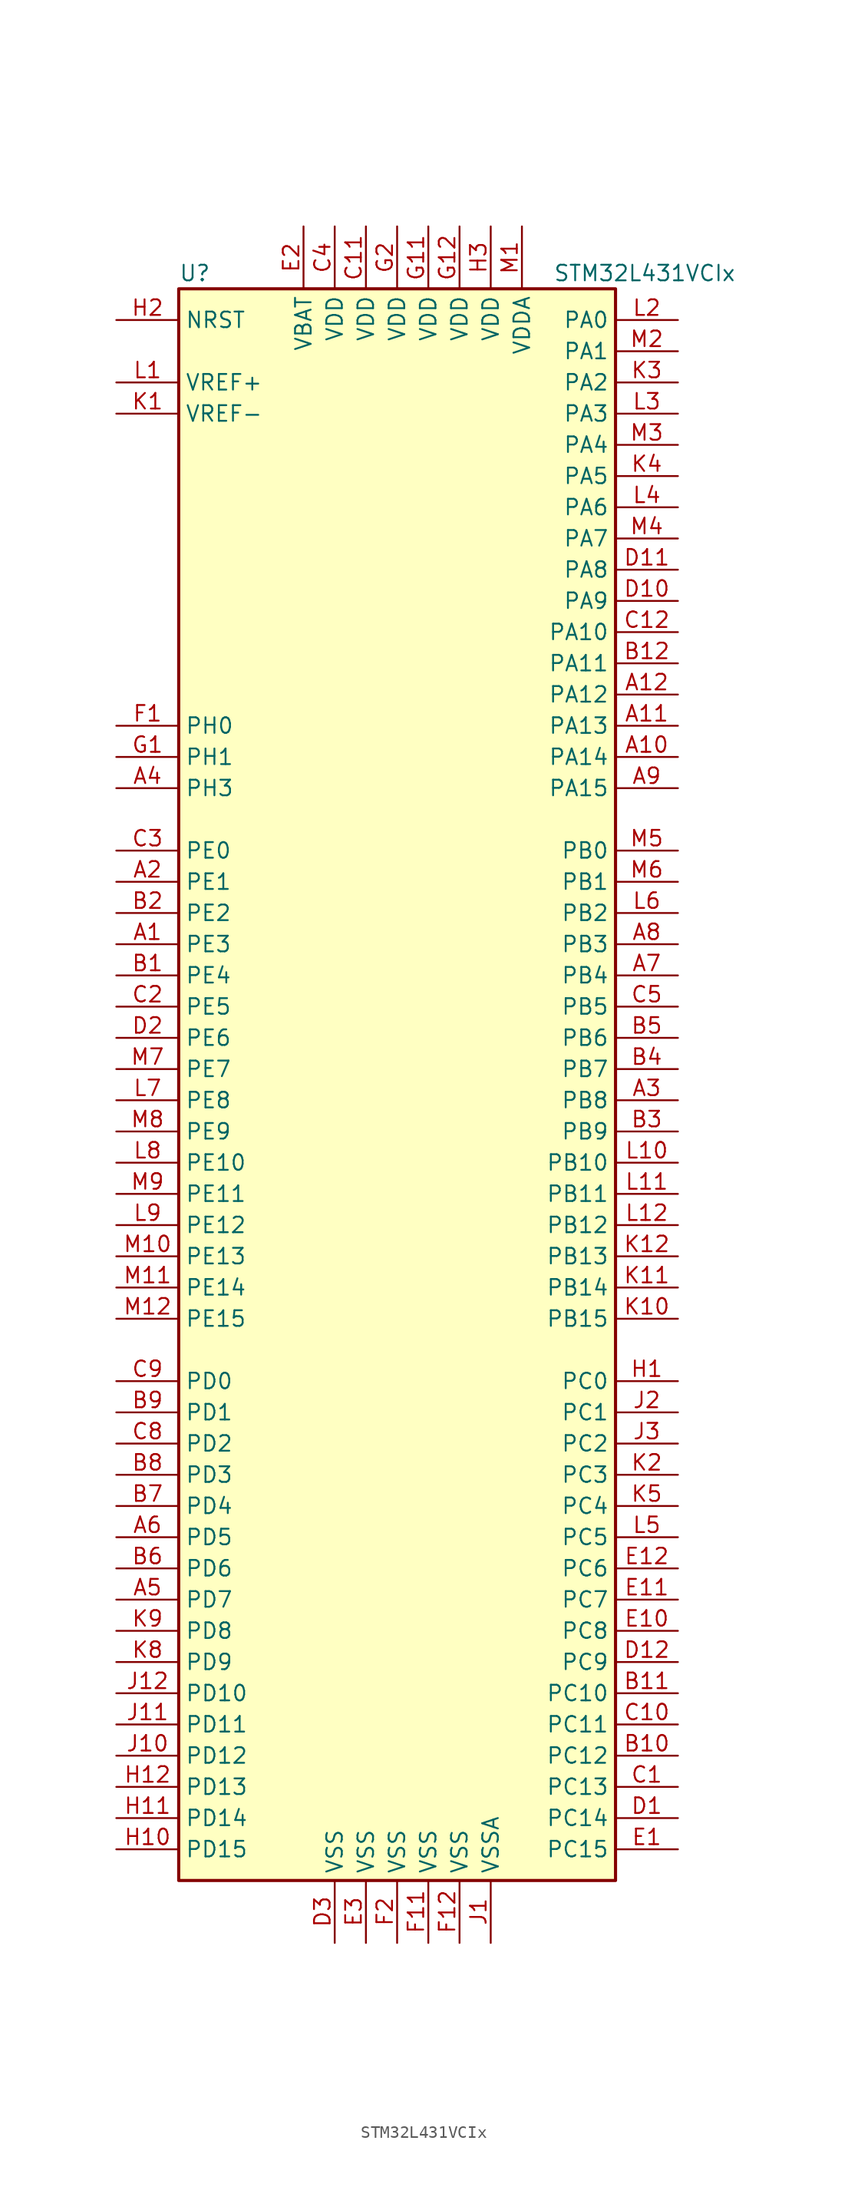
<source format=kicad_sym>
(kicad_symbol_lib
  (version 20201005)
  (generator kicad_symbol_editor)
  (symbol "MCU_ST_STM32L4:STM32L431VCIx"
    (property "Reference" "U"
      (at -17.78 64.77 0)
      (effects (font (size 1.27 1.27)) (justify left)))
    (property "Value" "STM32L431VCIx"
      (at 12.7 64.77 0)
      (effects (font (size 1.27 1.27)) (justify left)))
    (symbol "STM32L431VCIx_0_1"
      (rectangle (start -17.78 -66.04) (end 17.78 63.5) (stroke (width 0.254)) (fill (type background))))
    (symbol "STM32L431VCIx_1_1"
      (pin bidirectional line (at -22.86 10.16 0) (length 5.08) (name "PE3" (effects (font (size 1.27 1.27)))) (number "A1" (effects (font (size 1.27 1.27)))))
      (pin bidirectional line (at 22.86 25.4 180) (length 5.08) (name "PA14" (effects (font (size 1.27 1.27)))) (number "A10" (effects (font (size 1.27 1.27)))))
      (pin bidirectional line (at 22.86 27.94 180) (length 5.08) (name "PA13" (effects (font (size 1.27 1.27)))) (number "A11" (effects (font (size 1.27 1.27)))))
      (pin bidirectional line (at 22.86 30.48 180) (length 5.08) (name "PA12" (effects (font (size 1.27 1.27)))) (number "A12" (effects (font (size 1.27 1.27)))))
      (pin bidirectional line (at -22.86 15.24 0) (length 5.08) (name "PE1" (effects (font (size 1.27 1.27)))) (number "A2" (effects (font (size 1.27 1.27)))))
      (pin bidirectional line (at 22.86 -2.54 180) (length 5.08) (name "PB8" (effects (font (size 1.27 1.27)))) (number "A3" (effects (font (size 1.27 1.27)))))
      (pin bidirectional line (at -22.86 22.86 0) (length 5.08) (name "PH3" (effects (font (size 1.27 1.27)))) (number "A4" (effects (font (size 1.27 1.27)))))
      (pin bidirectional line (at -22.86 -43.18 0) (length 5.08) (name "PD7" (effects (font (size 1.27 1.27)))) (number "A5" (effects (font (size 1.27 1.27)))))
      (pin bidirectional line (at -22.86 -38.1 0) (length 5.08) (name "PD5" (effects (font (size 1.27 1.27)))) (number "A6" (effects (font (size 1.27 1.27)))))
      (pin bidirectional line (at 22.86 7.62 180) (length 5.08) (name "PB4" (effects (font (size 1.27 1.27)))) (number "A7" (effects (font (size 1.27 1.27)))))
      (pin bidirectional line (at 22.86 10.16 180) (length 5.08) (name "PB3" (effects (font (size 1.27 1.27)))) (number "A8" (effects (font (size 1.27 1.27)))))
      (pin bidirectional line (at 22.86 22.86 180) (length 5.08) (name "PA15" (effects (font (size 1.27 1.27)))) (number "A9" (effects (font (size 1.27 1.27)))))
      (pin bidirectional line (at -22.86 7.62 0) (length 5.08) (name "PE4" (effects (font (size 1.27 1.27)))) (number "B1" (effects (font (size 1.27 1.27)))))
      (pin bidirectional line (at 22.86 -55.88 180) (length 5.08) (name "PC12" (effects (font (size 1.27 1.27)))) (number "B10" (effects (font (size 1.27 1.27)))))
      (pin bidirectional line (at 22.86 -50.8 180) (length 5.08) (name "PC10" (effects (font (size 1.27 1.27)))) (number "B11" (effects (font (size 1.27 1.27)))))
      (pin bidirectional line (at 22.86 33.02 180) (length 5.08) (name "PA11" (effects (font (size 1.27 1.27)))) (number "B12" (effects (font (size 1.27 1.27)))))
      (pin bidirectional line (at -22.86 12.7 0) (length 5.08) (name "PE2" (effects (font (size 1.27 1.27)))) (number "B2" (effects (font (size 1.27 1.27)))))
      (pin bidirectional line (at 22.86 -5.08 180) (length 5.08) (name "PB9" (effects (font (size 1.27 1.27)))) (number "B3" (effects (font (size 1.27 1.27)))))
      (pin bidirectional line (at 22.86 0 180) (length 5.08) (name "PB7" (effects (font (size 1.27 1.27)))) (number "B4" (effects (font (size 1.27 1.27)))))
      (pin bidirectional line (at 22.86 2.54 180) (length 5.08) (name "PB6" (effects (font (size 1.27 1.27)))) (number "B5" (effects (font (size 1.27 1.27)))))
      (pin bidirectional line (at -22.86 -40.64 0) (length 5.08) (name "PD6" (effects (font (size 1.27 1.27)))) (number "B6" (effects (font (size 1.27 1.27)))))
      (pin bidirectional line (at -22.86 -35.56 0) (length 5.08) (name "PD4" (effects (font (size 1.27 1.27)))) (number "B7" (effects (font (size 1.27 1.27)))))
      (pin bidirectional line (at -22.86 -33.02 0) (length 5.08) (name "PD3" (effects (font (size 1.27 1.27)))) (number "B8" (effects (font (size 1.27 1.27)))))
      (pin bidirectional line (at -22.86 -27.94 0) (length 5.08) (name "PD1" (effects (font (size 1.27 1.27)))) (number "B9" (effects (font (size 1.27 1.27)))))
      (pin bidirectional line (at 22.86 -58.42 180) (length 5.08) (name "PC13" (effects (font (size 1.27 1.27)))) (number "C1" (effects (font (size 1.27 1.27)))))
      (pin bidirectional line (at 22.86 -53.34 180) (length 5.08) (name "PC11" (effects (font (size 1.27 1.27)))) (number "C10" (effects (font (size 1.27 1.27)))))
      (pin power_in line (at -2.54 68.58 270) (length 5.08) (name "VDD" (effects (font (size 1.27 1.27)))) (number "C11" (effects (font (size 1.27 1.27)))))
      (pin bidirectional line (at 22.86 35.56 180) (length 5.08) (name "PA10" (effects (font (size 1.27 1.27)))) (number "C12" (effects (font (size 1.27 1.27)))))
      (pin bidirectional line (at -22.86 5.08 0) (length 5.08) (name "PE5" (effects (font (size 1.27 1.27)))) (number "C2" (effects (font (size 1.27 1.27)))))
      (pin bidirectional line (at -22.86 17.78 0) (length 5.08) (name "PE0" (effects (font (size 1.27 1.27)))) (number "C3" (effects (font (size 1.27 1.27)))))
      (pin power_in line (at -5.08 68.58 270) (length 5.08) (name "VDD" (effects (font (size 1.27 1.27)))) (number "C4" (effects (font (size 1.27 1.27)))))
      (pin bidirectional line (at 22.86 5.08 180) (length 5.08) (name "PB5" (effects (font (size 1.27 1.27)))) (number "C5" (effects (font (size 1.27 1.27)))))
      (pin bidirectional line (at -22.86 -30.48 0) (length 5.08) (name "PD2" (effects (font (size 1.27 1.27)))) (number "C8" (effects (font (size 1.27 1.27)))))
      (pin bidirectional line (at -22.86 -25.4 0) (length 5.08) (name "PD0" (effects (font (size 1.27 1.27)))) (number "C9" (effects (font (size 1.27 1.27)))))
      (pin bidirectional line (at 22.86 -60.96 180) (length 5.08) (name "PC14" (effects (font (size 1.27 1.27)))) (number "D1" (effects (font (size 1.27 1.27)))))
      (pin bidirectional line (at 22.86 38.1 180) (length 5.08) (name "PA9" (effects (font (size 1.27 1.27)))) (number "D10" (effects (font (size 1.27 1.27)))))
      (pin bidirectional line (at 22.86 40.64 180) (length 5.08) (name "PA8" (effects (font (size 1.27 1.27)))) (number "D11" (effects (font (size 1.27 1.27)))))
      (pin bidirectional line (at 22.86 -48.26 180) (length 5.08) (name "PC9" (effects (font (size 1.27 1.27)))) (number "D12" (effects (font (size 1.27 1.27)))))
      (pin bidirectional line (at -22.86 2.54 0) (length 5.08) (name "PE6" (effects (font (size 1.27 1.27)))) (number "D2" (effects (font (size 1.27 1.27)))))
      (pin power_in line (at -5.08 -71.12 90) (length 5.08) (name "VSS" (effects (font (size 1.27 1.27)))) (number "D3" (effects (font (size 1.27 1.27)))))
      (pin bidirectional line (at 22.86 -63.5 180) (length 5.08) (name "PC15" (effects (font (size 1.27 1.27)))) (number "E1" (effects (font (size 1.27 1.27)))))
      (pin bidirectional line (at 22.86 -45.72 180) (length 5.08) (name "PC8" (effects (font (size 1.27 1.27)))) (number "E10" (effects (font (size 1.27 1.27)))))
      (pin bidirectional line (at 22.86 -43.18 180) (length 5.08) (name "PC7" (effects (font (size 1.27 1.27)))) (number "E11" (effects (font (size 1.27 1.27)))))
      (pin bidirectional line (at 22.86 -40.64 180) (length 5.08) (name "PC6" (effects (font (size 1.27 1.27)))) (number "E12" (effects (font (size 1.27 1.27)))))
      (pin power_in line (at -7.62 68.58 270) (length 5.08) (name "VBAT" (effects (font (size 1.27 1.27)))) (number "E2" (effects (font (size 1.27 1.27)))))
      (pin power_in line (at -2.54 -71.12 90) (length 5.08) (name "VSS" (effects (font (size 1.27 1.27)))) (number "E3" (effects (font (size 1.27 1.27)))))
      (pin input line (at -22.86 27.94 0) (length 5.08) (name "PH0" (effects (font (size 1.27 1.27)))) (number "F1" (effects (font (size 1.27 1.27)))))
      (pin power_in line (at 2.54 -71.12 90) (length 5.08) (name "VSS" (effects (font (size 1.27 1.27)))) (number "F11" (effects (font (size 1.27 1.27)))))
      (pin power_in line (at 5.08 -71.12 90) (length 5.08) (name "VSS" (effects (font (size 1.27 1.27)))) (number "F12" (effects (font (size 1.27 1.27)))))
      (pin power_in line (at 0 -71.12 90) (length 5.08) (name "VSS" (effects (font (size 1.27 1.27)))) (number "F2" (effects (font (size 1.27 1.27)))))
      (pin input line (at -22.86 25.4 0) (length 5.08) (name "PH1" (effects (font (size 1.27 1.27)))) (number "G1" (effects (font (size 1.27 1.27)))))
      (pin power_in line (at 2.54 68.58 270) (length 5.08) (name "VDD" (effects (font (size 1.27 1.27)))) (number "G11" (effects (font (size 1.27 1.27)))))
      (pin power_in line (at 5.08 68.58 270) (length 5.08) (name "VDD" (effects (font (size 1.27 1.27)))) (number "G12" (effects (font (size 1.27 1.27)))))
      (pin power_in line (at 0 68.58 270) (length 5.08) (name "VDD" (effects (font (size 1.27 1.27)))) (number "G2" (effects (font (size 1.27 1.27)))))
      (pin bidirectional line (at 22.86 -25.4 180) (length 5.08) (name "PC0" (effects (font (size 1.27 1.27)))) (number "H1" (effects (font (size 1.27 1.27)))))
      (pin bidirectional line (at -22.86 -63.5 0) (length 5.08) (name "PD15" (effects (font (size 1.27 1.27)))) (number "H10" (effects (font (size 1.27 1.27)))))
      (pin bidirectional line (at -22.86 -60.96 0) (length 5.08) (name "PD14" (effects (font (size 1.27 1.27)))) (number "H11" (effects (font (size 1.27 1.27)))))
      (pin bidirectional line (at -22.86 -58.42 0) (length 5.08) (name "PD13" (effects (font (size 1.27 1.27)))) (number "H12" (effects (font (size 1.27 1.27)))))
      (pin input line (at -22.86 60.96 0) (length 5.08) (name "NRST" (effects (font (size 1.27 1.27)))) (number "H2" (effects (font (size 1.27 1.27)))))
      (pin power_in line (at 7.62 68.58 270) (length 5.08) (name "VDD" (effects (font (size 1.27 1.27)))) (number "H3" (effects (font (size 1.27 1.27)))))
      (pin power_in line (at 7.62 -71.12 90) (length 5.08) (name "VSSA" (effects (font (size 1.27 1.27)))) (number "J1" (effects (font (size 1.27 1.27)))))
      (pin bidirectional line (at -22.86 -55.88 0) (length 5.08) (name "PD12" (effects (font (size 1.27 1.27)))) (number "J10" (effects (font (size 1.27 1.27)))))
      (pin bidirectional line (at -22.86 -53.34 0) (length 5.08) (name "PD11" (effects (font (size 1.27 1.27)))) (number "J11" (effects (font (size 1.27 1.27)))))
      (pin bidirectional line (at -22.86 -50.8 0) (length 5.08) (name "PD10" (effects (font (size 1.27 1.27)))) (number "J12" (effects (font (size 1.27 1.27)))))
      (pin bidirectional line (at 22.86 -27.94 180) (length 5.08) (name "PC1" (effects (font (size 1.27 1.27)))) (number "J2" (effects (font (size 1.27 1.27)))))
      (pin bidirectional line (at 22.86 -30.48 180) (length 5.08) (name "PC2" (effects (font (size 1.27 1.27)))) (number "J3" (effects (font (size 1.27 1.27)))))
      (pin power_in line (at -22.86 53.34 0) (length 5.08) (name "VREF-" (effects (font (size 1.27 1.27)))) (number "K1" (effects (font (size 1.27 1.27)))))
      (pin bidirectional line (at 22.86 -20.32 180) (length 5.08) (name "PB15" (effects (font (size 1.27 1.27)))) (number "K10" (effects (font (size 1.27 1.27)))))
      (pin bidirectional line (at 22.86 -17.78 180) (length 5.08) (name "PB14" (effects (font (size 1.27 1.27)))) (number "K11" (effects (font (size 1.27 1.27)))))
      (pin bidirectional line (at 22.86 -15.24 180) (length 5.08) (name "PB13" (effects (font (size 1.27 1.27)))) (number "K12" (effects (font (size 1.27 1.27)))))
      (pin bidirectional line (at 22.86 -33.02 180) (length 5.08) (name "PC3" (effects (font (size 1.27 1.27)))) (number "K2" (effects (font (size 1.27 1.27)))))
      (pin bidirectional line (at 22.86 55.88 180) (length 5.08) (name "PA2" (effects (font (size 1.27 1.27)))) (number "K3" (effects (font (size 1.27 1.27)))))
      (pin bidirectional line (at 22.86 48.26 180) (length 5.08) (name "PA5" (effects (font (size 1.27 1.27)))) (number "K4" (effects (font (size 1.27 1.27)))))
      (pin bidirectional line (at 22.86 -35.56 180) (length 5.08) (name "PC4" (effects (font (size 1.27 1.27)))) (number "K5" (effects (font (size 1.27 1.27)))))
      (pin bidirectional line (at -22.86 -48.26 0) (length 5.08) (name "PD9" (effects (font (size 1.27 1.27)))) (number "K8" (effects (font (size 1.27 1.27)))))
      (pin bidirectional line (at -22.86 -45.72 0) (length 5.08) (name "PD8" (effects (font (size 1.27 1.27)))) (number "K9" (effects (font (size 1.27 1.27)))))
      (pin bidirectional line (at -22.86 55.88 0) (length 5.08) (name "VREF+" (effects (font (size 1.27 1.27)))) (number "L1" (effects (font (size 1.27 1.27)))))
      (pin bidirectional line (at 22.86 -7.62 180) (length 5.08) (name "PB10" (effects (font (size 1.27 1.27)))) (number "L10" (effects (font (size 1.27 1.27)))))
      (pin bidirectional line (at 22.86 -10.16 180) (length 5.08) (name "PB11" (effects (font (size 1.27 1.27)))) (number "L11" (effects (font (size 1.27 1.27)))))
      (pin bidirectional line (at 22.86 -12.7 180) (length 5.08) (name "PB12" (effects (font (size 1.27 1.27)))) (number "L12" (effects (font (size 1.27 1.27)))))
      (pin bidirectional line (at 22.86 60.96 180) (length 5.08) (name "PA0" (effects (font (size 1.27 1.27)))) (number "L2" (effects (font (size 1.27 1.27)))))
      (pin bidirectional line (at 22.86 53.34 180) (length 5.08) (name "PA3" (effects (font (size 1.27 1.27)))) (number "L3" (effects (font (size 1.27 1.27)))))
      (pin bidirectional line (at 22.86 45.72 180) (length 5.08) (name "PA6" (effects (font (size 1.27 1.27)))) (number "L4" (effects (font (size 1.27 1.27)))))
      (pin bidirectional line (at 22.86 -38.1 180) (length 5.08) (name "PC5" (effects (font (size 1.27 1.27)))) (number "L5" (effects (font (size 1.27 1.27)))))
      (pin bidirectional line (at 22.86 12.7 180) (length 5.08) (name "PB2" (effects (font (size 1.27 1.27)))) (number "L6" (effects (font (size 1.27 1.27)))))
      (pin bidirectional line (at -22.86 -2.54 0) (length 5.08) (name "PE8" (effects (font (size 1.27 1.27)))) (number "L7" (effects (font (size 1.27 1.27)))))
      (pin bidirectional line (at -22.86 -7.62 0) (length 5.08) (name "PE10" (effects (font (size 1.27 1.27)))) (number "L8" (effects (font (size 1.27 1.27)))))
      (pin bidirectional line (at -22.86 -12.7 0) (length 5.08) (name "PE12" (effects (font (size 1.27 1.27)))) (number "L9" (effects (font (size 1.27 1.27)))))
      (pin power_in line (at 10.16 68.58 270) (length 5.08) (name "VDDA" (effects (font (size 1.27 1.27)))) (number "M1" (effects (font (size 1.27 1.27)))))
      (pin bidirectional line (at -22.86 -15.24 0) (length 5.08) (name "PE13" (effects (font (size 1.27 1.27)))) (number "M10" (effects (font (size 1.27 1.27)))))
      (pin bidirectional line (at -22.86 -17.78 0) (length 5.08) (name "PE14" (effects (font (size 1.27 1.27)))) (number "M11" (effects (font (size 1.27 1.27)))))
      (pin bidirectional line (at -22.86 -20.32 0) (length 5.08) (name "PE15" (effects (font (size 1.27 1.27)))) (number "M12" (effects (font (size 1.27 1.27)))))
      (pin bidirectional line (at 22.86 58.42 180) (length 5.08) (name "PA1" (effects (font (size 1.27 1.27)))) (number "M2" (effects (font (size 1.27 1.27)))))
      (pin bidirectional line (at 22.86 50.8 180) (length 5.08) (name "PA4" (effects (font (size 1.27 1.27)))) (number "M3" (effects (font (size 1.27 1.27)))))
      (pin bidirectional line (at 22.86 43.18 180) (length 5.08) (name "PA7" (effects (font (size 1.27 1.27)))) (number "M4" (effects (font (size 1.27 1.27)))))
      (pin bidirectional line (at 22.86 17.78 180) (length 5.08) (name "PB0" (effects (font (size 1.27 1.27)))) (number "M5" (effects (font (size 1.27 1.27)))))
      (pin bidirectional line (at 22.86 15.24 180) (length 5.08) (name "PB1" (effects (font (size 1.27 1.27)))) (number "M6" (effects (font (size 1.27 1.27)))))
      (pin bidirectional line (at -22.86 0 0) (length 5.08) (name "PE7" (effects (font (size 1.27 1.27)))) (number "M7" (effects (font (size 1.27 1.27)))))
      (pin bidirectional line (at -22.86 -5.08 0) (length 5.08) (name "PE9" (effects (font (size 1.27 1.27)))) (number "M8" (effects (font (size 1.27 1.27)))))
      (pin bidirectional line (at -22.86 -10.16 0) (length 5.08) (name "PE11" (effects (font (size 1.27 1.27)))) (number "M9" (effects (font (size 1.27 1.27))))))))
</source>
